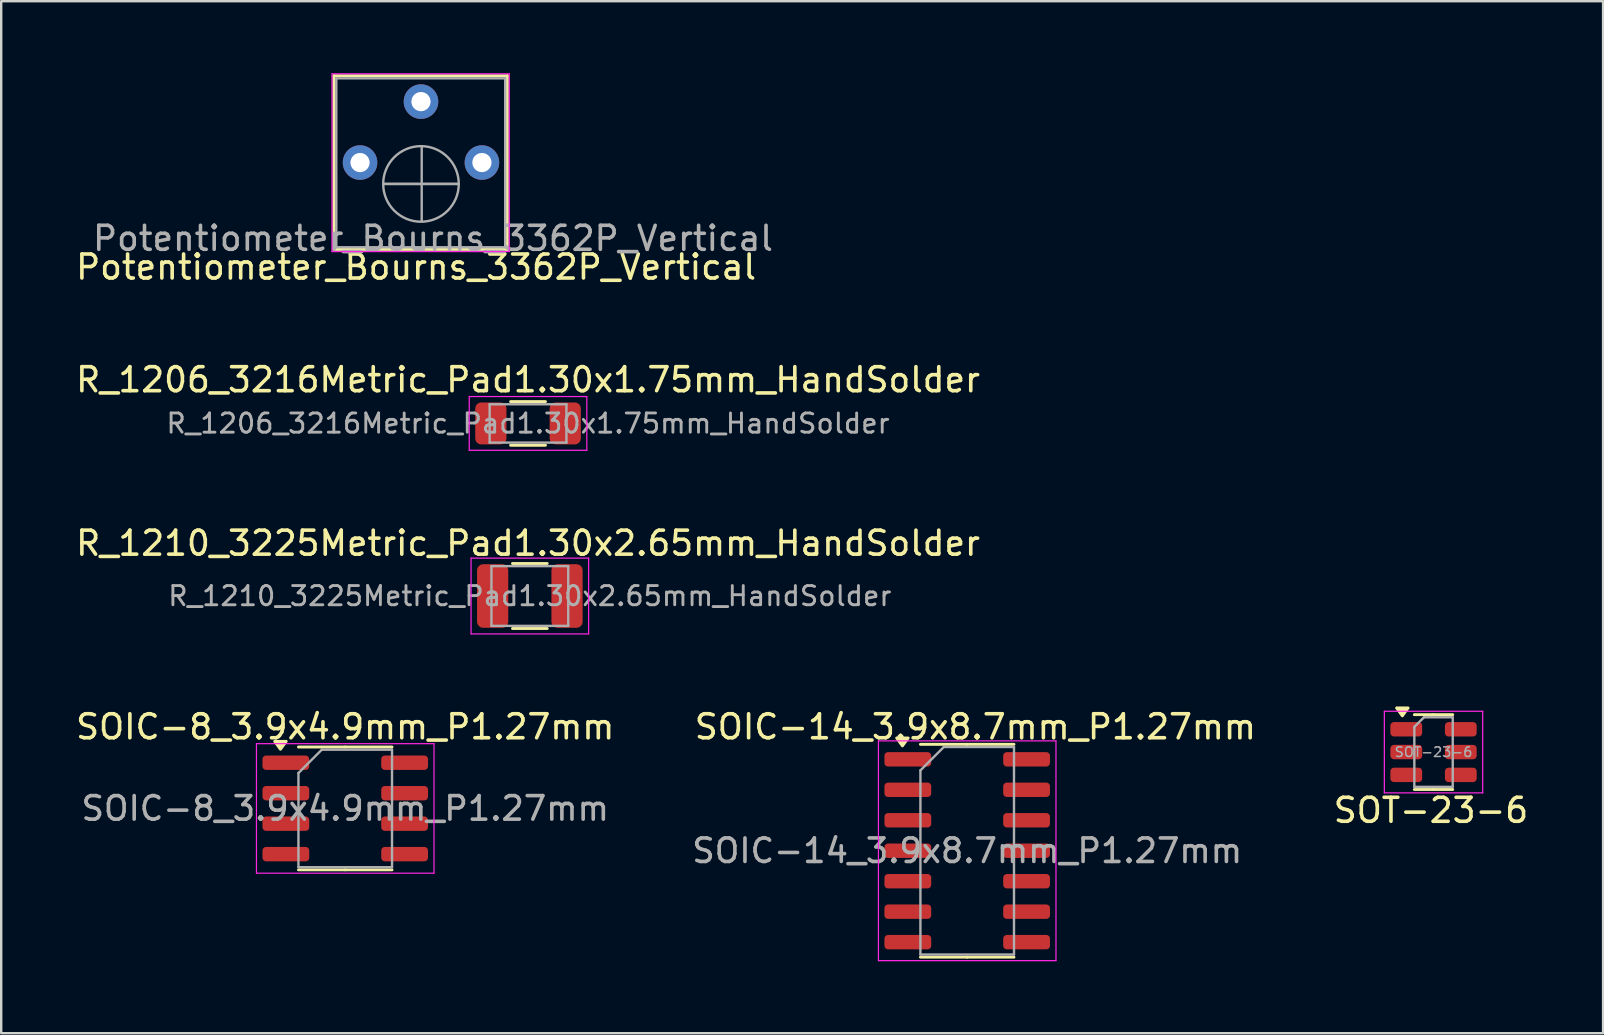
<source format=kicad_pcb>
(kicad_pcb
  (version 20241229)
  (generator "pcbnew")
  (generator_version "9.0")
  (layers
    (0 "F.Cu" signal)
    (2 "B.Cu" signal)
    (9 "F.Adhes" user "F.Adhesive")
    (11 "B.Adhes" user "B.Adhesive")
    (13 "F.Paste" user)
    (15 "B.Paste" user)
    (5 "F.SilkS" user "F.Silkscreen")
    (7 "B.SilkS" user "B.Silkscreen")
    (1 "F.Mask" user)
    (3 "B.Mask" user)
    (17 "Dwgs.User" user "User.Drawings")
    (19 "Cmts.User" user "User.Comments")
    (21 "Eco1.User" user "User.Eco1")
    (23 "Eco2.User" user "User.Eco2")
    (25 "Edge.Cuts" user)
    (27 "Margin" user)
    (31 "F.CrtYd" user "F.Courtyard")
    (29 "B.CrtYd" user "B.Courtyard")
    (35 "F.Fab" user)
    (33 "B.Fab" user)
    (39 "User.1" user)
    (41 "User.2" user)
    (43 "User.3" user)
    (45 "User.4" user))
  (footprint "Potentiometer_Bourns_3362P_Vertical"
    (layer "F.Cu")
    (at 12.666 0.715)
    (property "Reference" "Potentiometer_Bourns_3362P_Vertical" (at 1.626 7.366 180) (layer "F.SilkS") (effects (font (size 1 1) (thickness 0.15))))
    (attr through_hole)
    (fp_line (start -1.8 -0.61) (end 5.43 -0.61) (stroke (width 0.12) (type solid)) (layer "F.SilkS"))
    (fp_line (start -1.8 6.63) (end -1.8 -0.61) (stroke (width 0.12) (type solid)) (layer "F.SilkS"))
    (fp_line (start -1.8 6.63) (end 5.43 6.63) (stroke (width 0.12) (type solid)) (layer "F.SilkS"))
    (fp_line (start 5.43 6.63) (end 5.43 -0.61) (stroke (width 0.12) (type solid)) (layer "F.SilkS"))
    (fp_line (start -1.88 -0.69) (end -1.88 6.72) (stroke (width 0.05) (type solid)) (layer "F.CrtYd"))
    (fp_line (start -1.88 6.72) (end 5.51 6.72) (stroke (width 0.05) (type solid)) (layer "F.CrtYd"))
    (fp_line (start 5.51 -0.69) (end -1.88 -0.69) (stroke (width 0.05) (type solid)) (layer "F.CrtYd"))
    (fp_line (start 5.51 6.72) (end 5.51 -0.69) (stroke (width 0.05) (type solid)) (layer "F.CrtYd"))
    (fp_line (start -1.7 -0.5) (end -1.7 6.54) (stroke (width 0.1) (type solid)) (layer "F.Fab"))
    (fp_line (start -1.7 6.54) (end 5.34 6.54) (stroke (width 0.1) (type solid)) (layer "F.Fab"))
    (fp_line (start 1.861 2.33) (end 1.86 5.449) (stroke (width 0.1) (type solid)) (layer "F.Fab"))
    (fp_line (start 3.39 3.901) (end 0.271 3.9) (stroke (width 0.1) (type solid)) (layer "F.Fab"))
    (fp_line (start 3.39 3.901) (end 0.271 3.9) (stroke (width 0.1) (type solid)) (layer "F.Fab"))
    (fp_line (start 5.34 -0.5) (end -1.7 -0.5) (stroke (width 0.1) (type solid)) (layer "F.Fab"))
    (fp_line (start 5.34 6.54) (end 5.34 -0.5) (stroke (width 0.1) (type solid)) (layer "F.Fab"))
    (fp_circle (center 1.83 3.901) (end 1.83 2.326) (stroke (width 0.1) (type solid)) (fill no) (layer "F.Fab"))
    (fp_text user "${REFERENCE}" (at 2.33 6.17 180) (layer "F.Fab") (effects (font (size 1 1) (thickness 0.15))))
    (pad "1" thru_hole circle (at -0.71 3.01 90) (size 1.44 1.44) (drill 0.8) (layers "*.Cu" "*.Mask"))
    (pad "2" thru_hole circle (at 1.83 0.47 90) (size 1.44 1.44) (drill 0.8) (layers "*.Cu" "*.Mask"))
    (pad "3" thru_hole circle (at 4.37 3.01 90) (size 1.44 1.44) (drill 0.8) (layers "*.Cu" "*.Mask")))
  (footprint "R_1206_3216Metric_Pad1.30x1.75mm_HandSolder"
    (layer "F.Cu")
    (at 18.958 14.598)
    (property "Reference" "R_1206_3216Metric_Pad1.30x1.75mm_HandSolder" (at 0 -1.82 0) (layer "F.SilkS") (effects (font (size 1 1) (thickness 0.15))))
    (attr smd)
    (fp_line (start -0.727 -0.91) (end 0.727 -0.91) (stroke (width 0.12) (type solid)) (layer "F.SilkS"))
    (fp_line (start -0.727 0.91) (end 0.727 0.91) (stroke (width 0.12) (type solid)) (layer "F.SilkS"))
    (fp_line (start -2.45 -1.12) (end 2.45 -1.12) (stroke (width 0.05) (type solid)) (layer "F.CrtYd"))
    (fp_line (start -2.45 1.12) (end -2.45 -1.12) (stroke (width 0.05) (type solid)) (layer "F.CrtYd"))
    (fp_line (start 2.45 -1.12) (end 2.45 1.12) (stroke (width 0.05) (type solid)) (layer "F.CrtYd"))
    (fp_line (start 2.45 1.12) (end -2.45 1.12) (stroke (width 0.05) (type solid)) (layer "F.CrtYd"))
    (fp_line (start -1.6 -0.8) (end 1.6 -0.8) (stroke (width 0.1) (type solid)) (layer "F.Fab"))
    (fp_line (start -1.6 0.8) (end -1.6 -0.8) (stroke (width 0.1) (type solid)) (layer "F.Fab"))
    (fp_line (start 1.6 -0.8) (end 1.6 0.8) (stroke (width 0.1) (type solid)) (layer "F.Fab"))
    (fp_line (start 1.6 0.8) (end -1.6 0.8) (stroke (width 0.1) (type solid)) (layer "F.Fab"))
    (fp_text user "${REFERENCE}" (at 0 0 0) (layer "F.Fab") (effects (font (size 0.8 0.8) (thickness 0.12))))
    (pad "1" smd roundrect (at -1.55 0) (size 1.3 1.75) (layers "F.Cu" "F.Mask" "F.Paste") (roundrect_rratio 0.192))
    (pad "2" smd roundrect (at 1.55 0) (size 1.3 1.75) (layers "F.Cu" "F.Mask" "F.Paste") (roundrect_rratio 0.192)))
  (footprint "SOIC-8_3.9x4.9mm_P1.27mm"
    (layer "F.Cu")
    (at 11.339 30.644)
    (property "Reference" "SOIC-8_3.9x4.9mm_P1.27mm" (at 0 -3.4 180) (layer "F.SilkS") (effects (font (size 1 1) (thickness 0.15))))
    (attr smd)
    (fp_line (start 0 -2.56) (end -1.95 -2.56) (stroke (width 0.12) (type solid)) (layer "F.SilkS"))
    (fp_line (start 0 -2.56) (end 1.95 -2.56) (stroke (width 0.12) (type solid)) (layer "F.SilkS"))
    (fp_line (start 0 2.56) (end -1.95 2.56) (stroke (width 0.12) (type solid)) (layer "F.SilkS"))
    (fp_line (start 0 2.56) (end 1.95 2.56) (stroke (width 0.12) (type solid)) (layer "F.SilkS"))
    (fp_poly (pts (xy -2.7 -2.465) (xy -2.94 -2.795) (xy -2.46 -2.795) (xy -2.7 -2.465)) (stroke (width 0.12) (type solid)) (fill yes) (layer "F.SilkS"))
    (fp_line (start -3.7 -2.7) (end -3.7 2.7) (stroke (width 0.05) (type solid)) (layer "F.CrtYd"))
    (fp_line (start -3.7 2.7) (end 3.7 2.7) (stroke (width 0.05) (type solid)) (layer "F.CrtYd"))
    (fp_line (start 3.7 -2.7) (end -3.7 -2.7) (stroke (width 0.05) (type solid)) (layer "F.CrtYd"))
    (fp_line (start 3.7 2.7) (end 3.7 -2.7) (stroke (width 0.05) (type solid)) (layer "F.CrtYd"))
    (fp_line (start -1.95 -1.475) (end -0.975 -2.45) (stroke (width 0.1) (type solid)) (layer "F.Fab"))
    (fp_line (start -1.95 2.45) (end -1.95 -1.475) (stroke (width 0.1) (type solid)) (layer "F.Fab"))
    (fp_line (start -0.975 -2.45) (end 1.95 -2.45) (stroke (width 0.1) (type solid)) (layer "F.Fab"))
    (fp_line (start 1.95 -2.45) (end 1.95 2.45) (stroke (width 0.1) (type solid)) (layer "F.Fab"))
    (fp_line (start 1.95 2.45) (end -1.95 2.45) (stroke (width 0.1) (type solid)) (layer "F.Fab"))
    (fp_text user "${REFERENCE}" (at 0 0 180) (layer "F.Fab") (effects (font (size 0.98 0.98) (thickness 0.15))))
    (pad "1" smd roundrect (at -2.475 -1.905) (size 1.95 0.6) (layers "F.Cu" "F.Mask" "F.Paste") (roundrect_rratio 0.25))
    (pad "2" smd roundrect (at -2.475 -0.635) (size 1.95 0.6) (layers "F.Cu" "F.Mask" "F.Paste") (roundrect_rratio 0.25))
    (pad "3" smd roundrect (at -2.475 0.635) (size 1.95 0.6) (layers "F.Cu" "F.Mask" "F.Paste") (roundrect_rratio 0.25))
    (pad "4" smd roundrect (at -2.475 1.905) (size 1.95 0.6) (layers "F.Cu" "F.Mask" "F.Paste") (roundrect_rratio 0.25))
    (pad "5" smd roundrect (at 2.475 1.905) (size 1.95 0.6) (layers "F.Cu" "F.Mask" "F.Paste") (roundrect_rratio 0.25))
    (pad "6" smd roundrect (at 2.475 0.635) (size 1.95 0.6) (layers "F.Cu" "F.Mask" "F.Paste") (roundrect_rratio 0.25))
    (pad "7" smd roundrect (at 2.475 -0.635) (size 1.95 0.6) (layers "F.Cu" "F.Mask" "F.Paste") (roundrect_rratio 0.25))
    (pad "8" smd roundrect (at 2.475 -1.905) (size 1.95 0.6) (layers "F.Cu" "F.Mask" "F.Paste") (roundrect_rratio 0.25)))
  (footprint "R_1210_3225Metric_Pad1.30x2.65mm_HandSolder"
    (layer "F.Cu")
    (at 19.033 21.791)
    (property "Reference" "R_1210_3225Metric_Pad1.30x2.65mm_HandSolder" (at -0.075 -2.2 0) (layer "F.SilkS") (effects (font (size 1 1) (thickness 0.15))))
    (attr smd)
    (fp_line (start -0.724 -1.355) (end 0.724 -1.355) (stroke (width 0.12) (type solid)) (layer "F.SilkS"))
    (fp_line (start -0.724 1.355) (end 0.724 1.355) (stroke (width 0.12) (type solid)) (layer "F.SilkS"))
    (fp_line (start -2.45 -1.58) (end 2.45 -1.58) (stroke (width 0.05) (type solid)) (layer "F.CrtYd"))
    (fp_line (start -2.45 1.58) (end -2.45 -1.58) (stroke (width 0.05) (type solid)) (layer "F.CrtYd"))
    (fp_line (start 2.45 -1.58) (end 2.45 1.58) (stroke (width 0.05) (type solid)) (layer "F.CrtYd"))
    (fp_line (start 2.45 1.58) (end -2.45 1.58) (stroke (width 0.05) (type solid)) (layer "F.CrtYd"))
    (fp_line (start -1.6 -1.245) (end 1.6 -1.245) (stroke (width 0.1) (type solid)) (layer "F.Fab"))
    (fp_line (start -1.6 1.245) (end -1.6 -1.245) (stroke (width 0.1) (type solid)) (layer "F.Fab"))
    (fp_line (start 1.6 -1.245) (end 1.6 1.245) (stroke (width 0.1) (type solid)) (layer "F.Fab"))
    (fp_line (start 1.6 1.245) (end -1.6 1.245) (stroke (width 0.1) (type solid)) (layer "F.Fab"))
    (fp_text user "${REFERENCE}" (at 0 0 0) (layer "F.Fab") (effects (font (size 0.8 0.8) (thickness 0.12))))
    (pad "1" smd roundrect (at -1.55 0) (size 1.3 2.65) (layers "F.Cu" "F.Mask" "F.Paste") (roundrect_rratio 0.192))
    (pad "2" smd roundrect (at 1.55 0) (size 1.3 2.65) (layers "F.Cu" "F.Mask" "F.Paste") (roundrect_rratio 0.192)))
  (footprint "SOT-23-6"
    (layer "F.Cu")
    (at 56.698 28.296)
    (property "Reference" "SOT-23-6" (at -0.107 2.428 180) (layer "F.SilkS") (effects (font (size 1 1) (thickness 0.15))))
    (attr smd)
    (fp_line (start 0 -1.56) (end -0.8 -1.56) (stroke (width 0.12) (type solid)) (layer "F.SilkS"))
    (fp_line (start 0 -1.56) (end 0.8 -1.56) (stroke (width 0.12) (type solid)) (layer "F.SilkS"))
    (fp_line (start 0 1.56) (end -0.8 1.56) (stroke (width 0.12) (type solid)) (layer "F.SilkS"))
    (fp_line (start 0 1.56) (end 0.8 1.56) (stroke (width 0.12) (type solid)) (layer "F.SilkS"))
    (fp_poly (pts (xy -1.3 -1.51) (xy -1.54 -1.84) (xy -1.06 -1.84) (xy -1.3 -1.51)) (stroke (width 0.12) (type solid)) (fill yes) (layer "F.SilkS"))
    (fp_line (start -2.05 -1.7) (end -2.05 1.7) (stroke (width 0.05) (type solid)) (layer "F.CrtYd"))
    (fp_line (start -2.05 1.7) (end 2.05 1.7) (stroke (width 0.05) (type solid)) (layer "F.CrtYd"))
    (fp_line (start 2.05 -1.7) (end -2.05 -1.7) (stroke (width 0.05) (type solid)) (layer "F.CrtYd"))
    (fp_line (start 2.05 1.7) (end 2.05 -1.7) (stroke (width 0.05) (type solid)) (layer "F.CrtYd"))
    (fp_line (start -0.8 -1.05) (end -0.4 -1.45) (stroke (width 0.1) (type solid)) (layer "F.Fab"))
    (fp_line (start -0.8 1.45) (end -0.8 -1.05) (stroke (width 0.1) (type solid)) (layer "F.Fab"))
    (fp_line (start -0.4 -1.45) (end 0.8 -1.45) (stroke (width 0.1) (type solid)) (layer "F.Fab"))
    (fp_line (start 0.8 -1.45) (end 0.8 1.45) (stroke (width 0.1) (type solid)) (layer "F.Fab"))
    (fp_line (start 0.8 1.45) (end -0.8 1.45) (stroke (width 0.1) (type solid)) (layer "F.Fab"))
    (fp_text user "${REFERENCE}" (at 0 0 180) (layer "F.Fab") (effects (font (size 0.4 0.4) (thickness 0.06))))
    (pad "1" smd roundrect (at -1.137 -0.95) (size 1.325 0.6) (layers "F.Cu" "F.Mask" "F.Paste") (roundrect_rratio 0.25))
    (pad "2" smd roundrect (at -1.137 0) (size 1.325 0.6) (layers "F.Cu" "F.Mask" "F.Paste") (roundrect_rratio 0.25))
    (pad "3" smd roundrect (at -1.137 0.95) (size 1.325 0.6) (layers "F.Cu" "F.Mask" "F.Paste") (roundrect_rratio 0.25))
    (pad "4" smd roundrect (at 1.137 0.95) (size 1.325 0.6) (layers "F.Cu" "F.Mask" "F.Paste") (roundrect_rratio 0.25))
    (pad "5" smd roundrect (at 1.137 0) (size 1.325 0.6) (layers "F.Cu" "F.Mask" "F.Paste") (roundrect_rratio 0.25))
    (pad "6" smd roundrect (at 1.137 -0.95) (size 1.325 0.6) (layers "F.Cu" "F.Mask" "F.Paste") (roundrect_rratio 0.25)))
  (footprint "SOIC-14_3.9x8.7mm_P1.27mm"
    (layer "F.Cu")
    (at 37.262 32.408)
    (property "Reference" "SOIC-14_3.9x8.7mm_P1.27mm" (at 0.341 -5.164 0) (layer "F.SilkS") (effects (font (size 1 1) (thickness 0.15))))
    (attr smd)
    (fp_line (start 0 -4.435) (end -1.95 -4.435) (stroke (width 0.12) (type solid)) (layer "F.SilkS"))
    (fp_line (start 0 -4.435) (end 1.95 -4.435) (stroke (width 0.12) (type solid)) (layer "F.SilkS"))
    (fp_line (start 0 4.435) (end -1.95 4.435) (stroke (width 0.12) (type solid)) (layer "F.SilkS"))
    (fp_line (start 0 4.435) (end 1.95 4.435) (stroke (width 0.12) (type solid)) (layer "F.SilkS"))
    (fp_poly (pts (xy -2.7 -4.37) (xy -2.94 -4.7) (xy -2.46 -4.7) (xy -2.7 -4.37)) (stroke (width 0.12) (type solid)) (fill yes) (layer "F.SilkS"))
    (fp_line (start -3.7 -4.58) (end -3.7 4.58) (stroke (width 0.05) (type solid)) (layer "F.CrtYd"))
    (fp_line (start -3.7 4.58) (end 3.7 4.58) (stroke (width 0.05) (type solid)) (layer "F.CrtYd"))
    (fp_line (start 3.7 -4.58) (end -3.7 -4.58) (stroke (width 0.05) (type solid)) (layer "F.CrtYd"))
    (fp_line (start 3.7 4.58) (end 3.7 -4.58) (stroke (width 0.05) (type solid)) (layer "F.CrtYd"))
    (fp_line (start -1.95 -3.35) (end -0.975 -4.325) (stroke (width 0.1) (type solid)) (layer "F.Fab"))
    (fp_line (start -1.95 4.325) (end -1.95 -3.35) (stroke (width 0.1) (type solid)) (layer "F.Fab"))
    (fp_line (start -0.975 -4.325) (end 1.95 -4.325) (stroke (width 0.1) (type solid)) (layer "F.Fab"))
    (fp_line (start 1.95 -4.325) (end 1.95 4.325) (stroke (width 0.1) (type solid)) (layer "F.Fab"))
    (fp_line (start 1.95 4.325) (end -1.95 4.325) (stroke (width 0.1) (type solid)) (layer "F.Fab"))
    (fp_text user "${REFERENCE}" (at 0 0 0) (layer "F.Fab") (effects (font (size 0.98 0.98) (thickness 0.15))))
    (pad "1" smd roundrect (at -2.475 -3.81) (size 1.95 0.6) (layers "F.Cu" "F.Mask" "F.Paste") (roundrect_rratio 0.25))
    (pad "2" smd roundrect (at -2.475 -2.54) (size 1.95 0.6) (layers "F.Cu" "F.Mask" "F.Paste") (roundrect_rratio 0.25))
    (pad "3" smd roundrect (at -2.475 -1.27) (size 1.95 0.6) (layers "F.Cu" "F.Mask" "F.Paste") (roundrect_rratio 0.25))
    (pad "4" smd roundrect (at -2.475 0) (size 1.95 0.6) (layers "F.Cu" "F.Mask" "F.Paste") (roundrect_rratio 0.25))
    (pad "5" smd roundrect (at -2.475 1.27) (size 1.95 0.6) (layers "F.Cu" "F.Mask" "F.Paste") (roundrect_rratio 0.25))
    (pad "6" smd roundrect (at -2.475 2.54) (size 1.95 0.6) (layers "F.Cu" "F.Mask" "F.Paste") (roundrect_rratio 0.25))
    (pad "7" smd roundrect (at -2.475 3.81) (size 1.95 0.6) (layers "F.Cu" "F.Mask" "F.Paste") (roundrect_rratio 0.25))
    (pad "8" smd roundrect (at 2.475 3.81) (size 1.95 0.6) (layers "F.Cu" "F.Mask" "F.Paste") (roundrect_rratio 0.25))
    (pad "9" smd roundrect (at 2.475 2.54) (size 1.95 0.6) (layers "F.Cu" "F.Mask" "F.Paste") (roundrect_rratio 0.25))
    (pad "10" smd roundrect (at 2.475 1.27) (size 1.95 0.6) (layers "F.Cu" "F.Mask" "F.Paste") (roundrect_rratio 0.25))
    (pad "11" smd roundrect (at 2.475 0) (size 1.95 0.6) (layers "F.Cu" "F.Mask" "F.Paste") (roundrect_rratio 0.25))
    (pad "12" smd roundrect (at 2.475 -1.27) (size 1.95 0.6) (layers "F.Cu" "F.Mask" "F.Paste") (roundrect_rratio 0.25))
    (pad "13" smd roundrect (at 2.475 -2.54) (size 1.95 0.6) (layers "F.Cu" "F.Mask" "F.Paste") (roundrect_rratio 0.25))
    (pad "14" smd roundrect (at 2.475 -3.81) (size 1.95 0.6) (layers "F.Cu" "F.Mask" "F.Paste") (roundrect_rratio 0.25)))
  (gr_rect
    (start -3 -3)
    (end 63.764 40.013)
    (stroke (width 0.1) (type default))
    (fill no)
    (layer "Edge.Cuts")))
</source>
